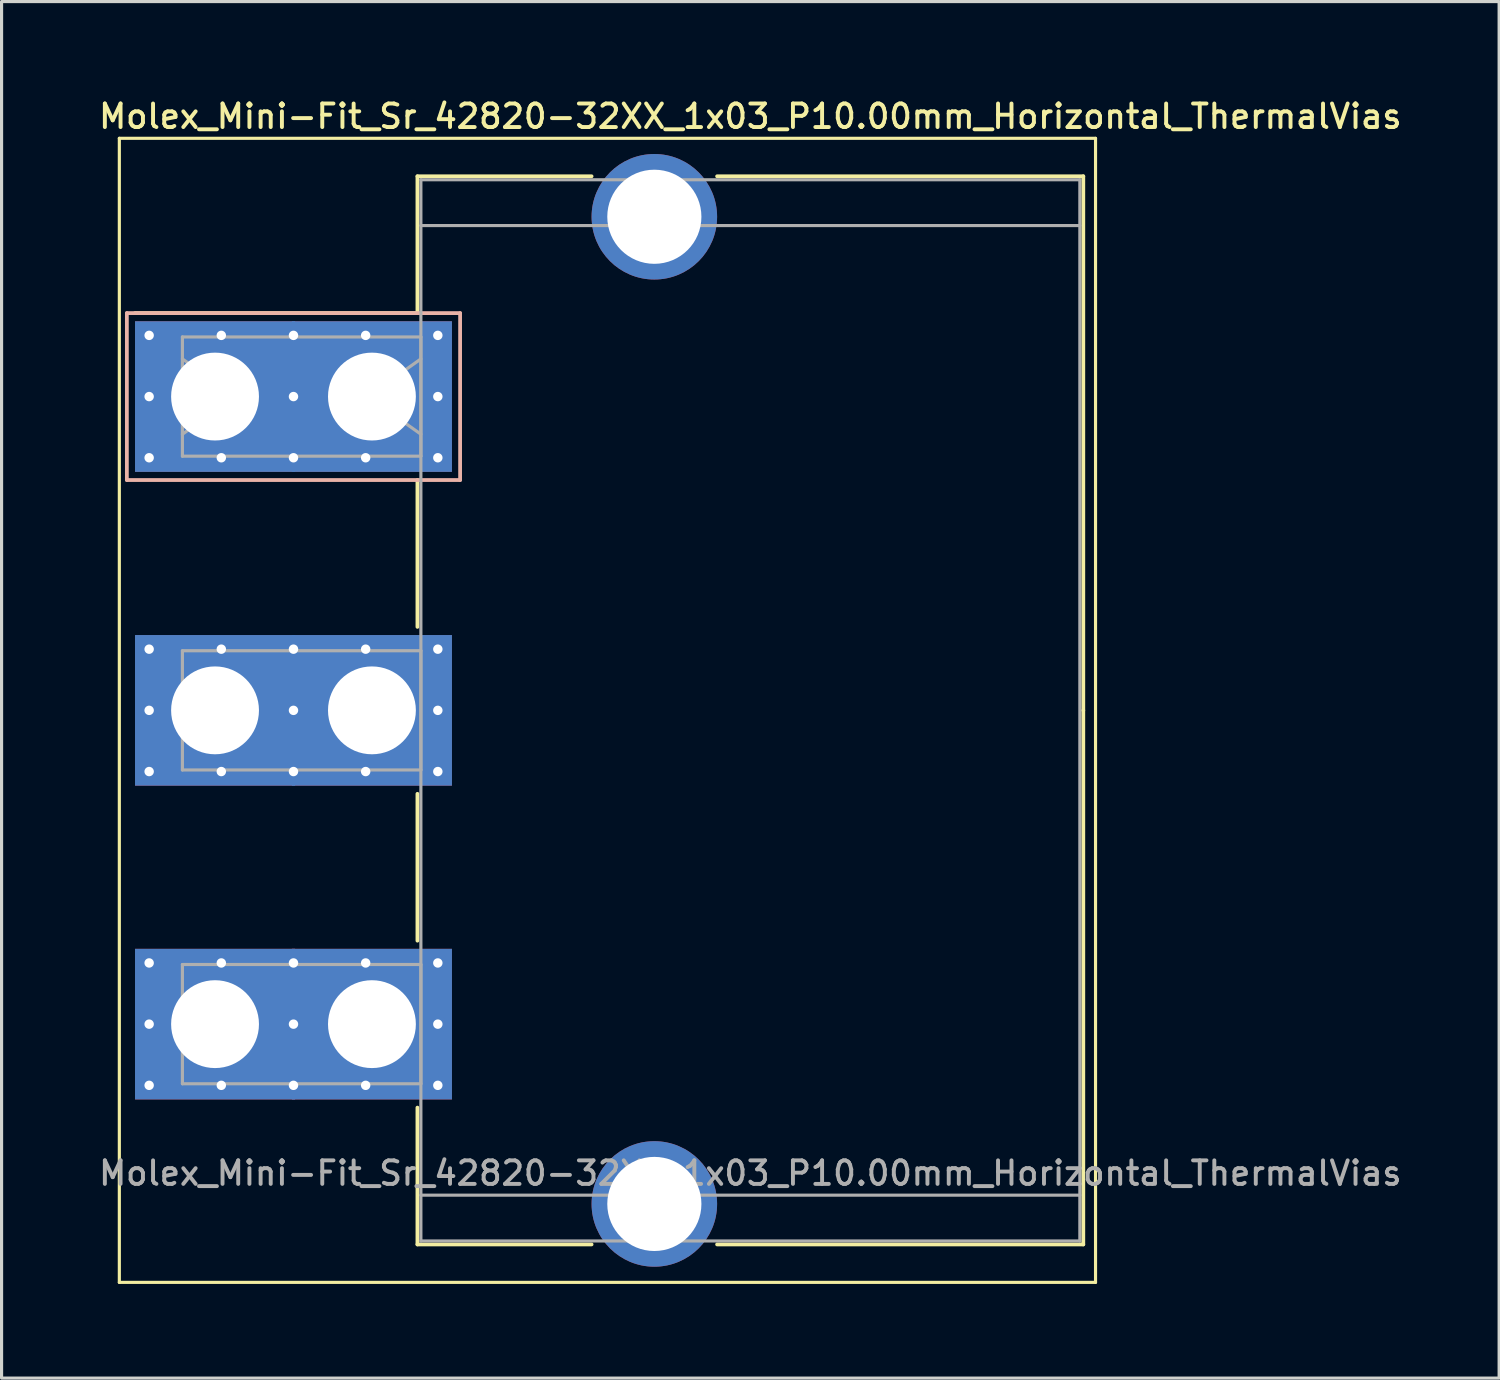
<source format=kicad_pcb>
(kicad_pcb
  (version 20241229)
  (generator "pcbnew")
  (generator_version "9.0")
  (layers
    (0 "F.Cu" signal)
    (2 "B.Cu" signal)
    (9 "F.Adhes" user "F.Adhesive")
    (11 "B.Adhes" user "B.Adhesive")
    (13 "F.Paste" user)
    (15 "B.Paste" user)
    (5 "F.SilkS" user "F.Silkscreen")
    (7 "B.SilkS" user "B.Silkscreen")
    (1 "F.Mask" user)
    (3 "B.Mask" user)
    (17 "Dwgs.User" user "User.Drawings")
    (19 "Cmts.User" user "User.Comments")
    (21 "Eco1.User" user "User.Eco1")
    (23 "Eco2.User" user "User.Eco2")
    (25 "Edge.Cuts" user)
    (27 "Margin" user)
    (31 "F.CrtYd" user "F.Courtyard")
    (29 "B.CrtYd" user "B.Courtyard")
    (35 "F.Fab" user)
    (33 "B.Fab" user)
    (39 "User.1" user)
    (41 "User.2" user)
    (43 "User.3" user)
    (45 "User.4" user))
  (footprint "Molex_Mini-Fit_Sr_42820-32XX_1x03_P10.00mm_Horizontal_ThermalVias"
    (layer "F.Cu")
    (at 3.803 9.588)
    (property "Reference" "Molex_Mini-Fit_Sr_42820-32XX_1x03_P10.00mm_Horizontal_ThermalVias" (at 17.06 -8.93 0) (layer "F.SilkS") (effects (font (size 0.75 0.75) (thickness 0.125))))
    (attr through_hole)
    (fp_line (start -3.05 -8.23) (end -3.05 28.23) (stroke (width 0.1) (type solid)) (layer "F.SilkS"))
    (fp_line (start -3.05 28.23) (end 28.06 28.23) (stroke (width 0.1) (type solid)) (layer "F.SilkS"))
    (fp_line (start 6.45 -7.02) (end 12 -7.02) (stroke (width 0.12) (type solid)) (layer "F.SilkS"))
    (fp_line (start 6.45 -2.66) (end -2.55 -2.66) (stroke (width 0.12) (type solid)) (layer "F.SilkS"))
    (fp_line (start 6.45 -2.66) (end 6.45 -7.02) (stroke (width 0.12) (type solid)) (layer "F.SilkS"))
    (fp_line (start 6.45 2.66) (end 6.45 7.34) (stroke (width 0.12) (type solid)) (layer "F.SilkS"))
    (fp_line (start 6.45 12.66) (end 6.45 17.34) (stroke (width 0.12) (type solid)) (layer "F.SilkS"))
    (fp_line (start 6.45 22.66) (end 6.45 27.02) (stroke (width 0.12) (type solid)) (layer "F.SilkS"))
    (fp_line (start 6.45 27.02) (end 12 27.02) (stroke (width 0.12) (type solid)) (layer "F.SilkS"))
    (fp_line (start 16 -7.02) (end 27.67 -7.02) (stroke (width 0.12) (type solid)) (layer "F.SilkS"))
    (fp_line (start 16 27.02) (end 27.67 27.02) (stroke (width 0.12) (type solid)) (layer "F.SilkS"))
    (fp_line (start 27.67 -7.02) (end 27.67 10) (stroke (width 0.12) (type solid)) (layer "F.SilkS"))
    (fp_line (start 27.67 27.02) (end 27.67 10) (stroke (width 0.12) (type solid)) (layer "F.SilkS"))
    (fp_line (start 28.06 -8.23) (end -3.05 -8.23) (stroke (width 0.1) (type solid)) (layer "F.SilkS"))
    (fp_line (start 28.06 28.23) (end 28.06 -8.23) (stroke (width 0.1) (type solid)) (layer "F.SilkS"))
    (fp_line (start -2.81 -2.66) (end -2.81 2.66) (stroke (width 0.12) (type solid)) (layer "B.SilkS"))
    (fp_line (start -2.81 2.66) (end 7.81 2.66) (stroke (width 0.12) (type solid)) (layer "B.SilkS"))
    (fp_line (start 7.81 -2.66) (end -2.81 -2.66) (stroke (width 0.12) (type solid)) (layer "B.SilkS"))
    (fp_line (start 7.81 2.66) (end 7.81 -2.66) (stroke (width 0.12) (type solid)) (layer "B.SilkS"))
    (fp_line (start -1.04 -1.9) (end 6.56 -1.9) (stroke (width 0.1) (type solid)) (layer "F.Fab"))
    (fp_line (start -1.04 -1.2) (end 0.657 0) (stroke (width 0.1) (type solid)) (layer "F.Fab"))
    (fp_line (start -1.04 1.9) (end -1.04 -1.9) (stroke (width 0.1) (type solid)) (layer "F.Fab"))
    (fp_line (start -1.04 8.1) (end 6.56 8.1) (stroke (width 0.1) (type solid)) (layer "F.Fab"))
    (fp_line (start -1.04 11.9) (end -1.04 8.1) (stroke (width 0.1) (type solid)) (layer "F.Fab"))
    (fp_line (start -1.04 18.1) (end 6.56 18.1) (stroke (width 0.1) (type solid)) (layer "F.Fab"))
    (fp_line (start -1.04 21.9) (end -1.04 18.1) (stroke (width 0.1) (type solid)) (layer "F.Fab"))
    (fp_line (start 0.657 0) (end -1.04 1.2) (stroke (width 0.1) (type solid)) (layer "F.Fab"))
    (fp_line (start 4.863 0) (end 6.56 1.2) (stroke (width 0.1) (type solid)) (layer "F.Fab"))
    (fp_line (start 6.56 -6.91) (end 6.56 26.91) (stroke (width 0.1) (type solid)) (layer "F.Fab"))
    (fp_line (start 6.56 -5.45) (end 27.56 -5.45) (stroke (width 0.1) (type solid)) (layer "F.Fab"))
    (fp_line (start 6.56 -1.9) (end 6.56 1.9) (stroke (width 0.1) (type solid)) (layer "F.Fab"))
    (fp_line (start 6.56 -1.2) (end 4.863 0) (stroke (width 0.1) (type solid)) (layer "F.Fab"))
    (fp_line (start 6.56 1.9) (end -1.04 1.9) (stroke (width 0.1) (type solid)) (layer "F.Fab"))
    (fp_line (start 6.56 8.1) (end 6.56 11.9) (stroke (width 0.1) (type solid)) (layer "F.Fab"))
    (fp_line (start 6.56 11.9) (end -1.04 11.9) (stroke (width 0.1) (type solid)) (layer "F.Fab"))
    (fp_line (start 6.56 18.1) (end 6.56 21.9) (stroke (width 0.1) (type solid)) (layer "F.Fab"))
    (fp_line (start 6.56 21.9) (end -1.04 21.9) (stroke (width 0.1) (type solid)) (layer "F.Fab"))
    (fp_line (start 6.56 25.45) (end 27.56 25.45) (stroke (width 0.1) (type solid)) (layer "F.Fab"))
    (fp_line (start 6.56 26.91) (end 27.56 26.91) (stroke (width 0.1) (type solid)) (layer "F.Fab"))
    (fp_line (start 27.56 -6.91) (end 6.56 -6.91) (stroke (width 0.1) (type solid)) (layer "F.Fab"))
    (fp_line (start 27.56 26.91) (end 27.56 -6.91) (stroke (width 0.1) (type solid)) (layer "F.Fab"))
    (fp_text user "${REFERENCE}" (at 17.06 24.75 0) (layer "F.Fab") (effects (font (size 0.75 0.75) (thickness 0.125))))
    (pad "" thru_hole circle (at 14 -5.73) (size 4 4) (drill 3) (layers "*.Cu" "*.Mask"))
    (pad "" thru_hole circle (at 14 25.73) (size 4 4) (drill 3) (layers "*.Cu" "*.Mask"))
    (pad "1" thru_hole roundrect (at -2.1 -1.95) (size 0.6 0.6) (drill 0.3) (layers "*.Cu" "*.Mask") (roundrect_rratio 0.25))
    (pad "1" thru_hole roundrect (at -2.1 0) (size 0.6 0.6) (drill 0.3) (layers "*.Cu" "*.Mask") (roundrect_rratio 0.25))
    (pad "1" thru_hole roundrect (at -2.1 1.95) (size 0.6 0.6) (drill 0.3) (layers "*.Cu" "*.Mask") (roundrect_rratio 0.25))
    (pad "1" thru_hole rect (at 0 0) (size 5.1 4.8) (drill 2.8) (layers "*.Cu" "*.Mask"))
    (pad "1" thru_hole roundrect (at 0.2 -1.95) (size 0.6 0.6) (drill 0.3) (layers "*.Cu" "*.Mask") (roundrect_rratio 0.25))
    (pad "1" thru_hole roundrect (at 0.2 1.95) (size 0.6 0.6) (drill 0.3) (layers "*.Cu" "*.Mask") (roundrect_rratio 0.25))
    (pad "1" thru_hole roundrect (at 2.5 -1.95) (size 0.6 0.6) (drill 0.3) (layers "*.Cu" "*.Mask") (roundrect_rratio 0.25))
    (pad "1" thru_hole roundrect (at 2.5 0) (size 0.6 0.6) (drill 0.3) (layers "*.Cu" "*.Mask") (roundrect_rratio 0.25))
    (pad "1" thru_hole roundrect (at 2.5 1.95) (size 0.6 0.6) (drill 0.3) (layers "*.Cu" "*.Mask") (roundrect_rratio 0.25))
    (pad "1" thru_hole roundrect (at 4.8 -1.95) (size 0.6 0.6) (drill 0.3) (layers "*.Cu" "*.Mask") (roundrect_rratio 0.25))
    (pad "1" thru_hole roundrect (at 4.8 1.95) (size 0.6 0.6) (drill 0.3) (layers "*.Cu" "*.Mask") (roundrect_rratio 0.25))
    (pad "1" thru_hole rect (at 5 0) (size 5.1 4.8) (drill 2.8) (layers "*.Cu" "*.Mask"))
    (pad "1" thru_hole roundrect (at 7.1 -1.95) (size 0.6 0.6) (drill 0.3) (layers "*.Cu" "*.Mask") (roundrect_rratio 0.25))
    (pad "1" thru_hole roundrect (at 7.1 0) (size 0.6 0.6) (drill 0.3) (layers "*.Cu" "*.Mask") (roundrect_rratio 0.25))
    (pad "1" thru_hole roundrect (at 7.1 1.95) (size 0.6 0.6) (drill 0.3) (layers "*.Cu" "*.Mask") (roundrect_rratio 0.25))
    (pad "2" thru_hole circle (at -2.1 8.05) (size 0.6 0.6) (drill 0.3) (layers "*.Cu" "*.Mask"))
    (pad "2" thru_hole circle (at -2.1 10) (size 0.6 0.6) (drill 0.3) (layers "*.Cu" "*.Mask"))
    (pad "2" thru_hole circle (at -2.1 11.95) (size 0.6 0.6) (drill 0.3) (layers "*.Cu" "*.Mask"))
    (pad "2" thru_hole rect (at 0 10) (size 5.1 4.8) (drill 2.8) (layers "*.Cu" "*.Mask"))
    (pad "2" thru_hole circle (at 0.2 8.05) (size 0.6 0.6) (drill 0.3) (layers "*.Cu" "*.Mask"))
    (pad "2" thru_hole circle (at 0.2 11.95) (size 0.6 0.6) (drill 0.3) (layers "*.Cu" "*.Mask"))
    (pad "2" thru_hole circle (at 2.5 8.05) (size 0.6 0.6) (drill 0.3) (layers "*.Cu" "*.Mask"))
    (pad "2" thru_hole circle (at 2.5 10) (size 0.6 0.6) (drill 0.3) (layers "*.Cu" "*.Mask"))
    (pad "2" thru_hole circle (at 2.5 11.95) (size 0.6 0.6) (drill 0.3) (layers "*.Cu" "*.Mask"))
    (pad "2" thru_hole circle (at 4.8 8.05) (size 0.6 0.6) (drill 0.3) (layers "*.Cu" "*.Mask"))
    (pad "2" thru_hole circle (at 4.8 11.95) (size 0.6 0.6) (drill 0.3) (layers "*.Cu" "*.Mask"))
    (pad "2" thru_hole rect (at 5 10) (size 5.1 4.8) (drill 2.8) (layers "*.Cu" "*.Mask"))
    (pad "2" thru_hole circle (at 7.1 8.05) (size 0.6 0.6) (drill 0.3) (layers "*.Cu" "*.Mask"))
    (pad "2" thru_hole circle (at 7.1 10) (size 0.6 0.6) (drill 0.3) (layers "*.Cu" "*.Mask"))
    (pad "2" thru_hole circle (at 7.1 11.95) (size 0.6 0.6) (drill 0.3) (layers "*.Cu" "*.Mask"))
    (pad "3" thru_hole circle (at -2.1 18.05) (size 0.6 0.6) (drill 0.3) (layers "*.Cu" "*.Mask"))
    (pad "3" thru_hole circle (at -2.1 20) (size 0.6 0.6) (drill 0.3) (layers "*.Cu" "*.Mask"))
    (pad "3" thru_hole circle (at -2.1 21.95) (size 0.6 0.6) (drill 0.3) (layers "*.Cu" "*.Mask"))
    (pad "3" thru_hole rect (at 0 20) (size 5.1 4.8) (drill 2.8) (layers "*.Cu" "*.Mask"))
    (pad "3" thru_hole circle (at 0.2 18.05) (size 0.6 0.6) (drill 0.3) (layers "*.Cu" "*.Mask"))
    (pad "3" thru_hole circle (at 0.2 21.95) (size 0.6 0.6) (drill 0.3) (layers "*.Cu" "*.Mask"))
    (pad "3" thru_hole circle (at 2.5 18.05) (size 0.6 0.6) (drill 0.3) (layers "*.Cu" "*.Mask"))
    (pad "3" thru_hole circle (at 2.5 20) (size 0.6 0.6) (drill 0.3) (layers "*.Cu" "*.Mask"))
    (pad "3" thru_hole circle (at 2.5 21.95) (size 0.6 0.6) (drill 0.3) (layers "*.Cu" "*.Mask"))
    (pad "3" thru_hole circle (at 4.8 18.05) (size 0.6 0.6) (drill 0.3) (layers "*.Cu" "*.Mask"))
    (pad "3" thru_hole circle (at 4.8 21.95) (size 0.6 0.6) (drill 0.3) (layers "*.Cu" "*.Mask"))
    (pad "3" thru_hole rect (at 5 20) (size 5.1 4.8) (drill 2.8) (layers "*.Cu" "*.Mask"))
    (pad "3" thru_hole circle (at 7.1 18.05) (size 0.6 0.6) (drill 0.3) (layers "*.Cu" "*.Mask"))
    (pad "3" thru_hole circle (at 7.1 20) (size 0.6 0.6) (drill 0.3) (layers "*.Cu" "*.Mask"))
    (pad "3" thru_hole circle (at 7.1 21.95) (size 0.6 0.6) (drill 0.3) (layers "*.Cu" "*.Mask")))
  (gr_rect
    (start -3 -3)
    (end 44.725 40.868)
    (stroke (width 0.1) (type default))
    (fill no)
    (layer "Edge.Cuts")))
</source>
